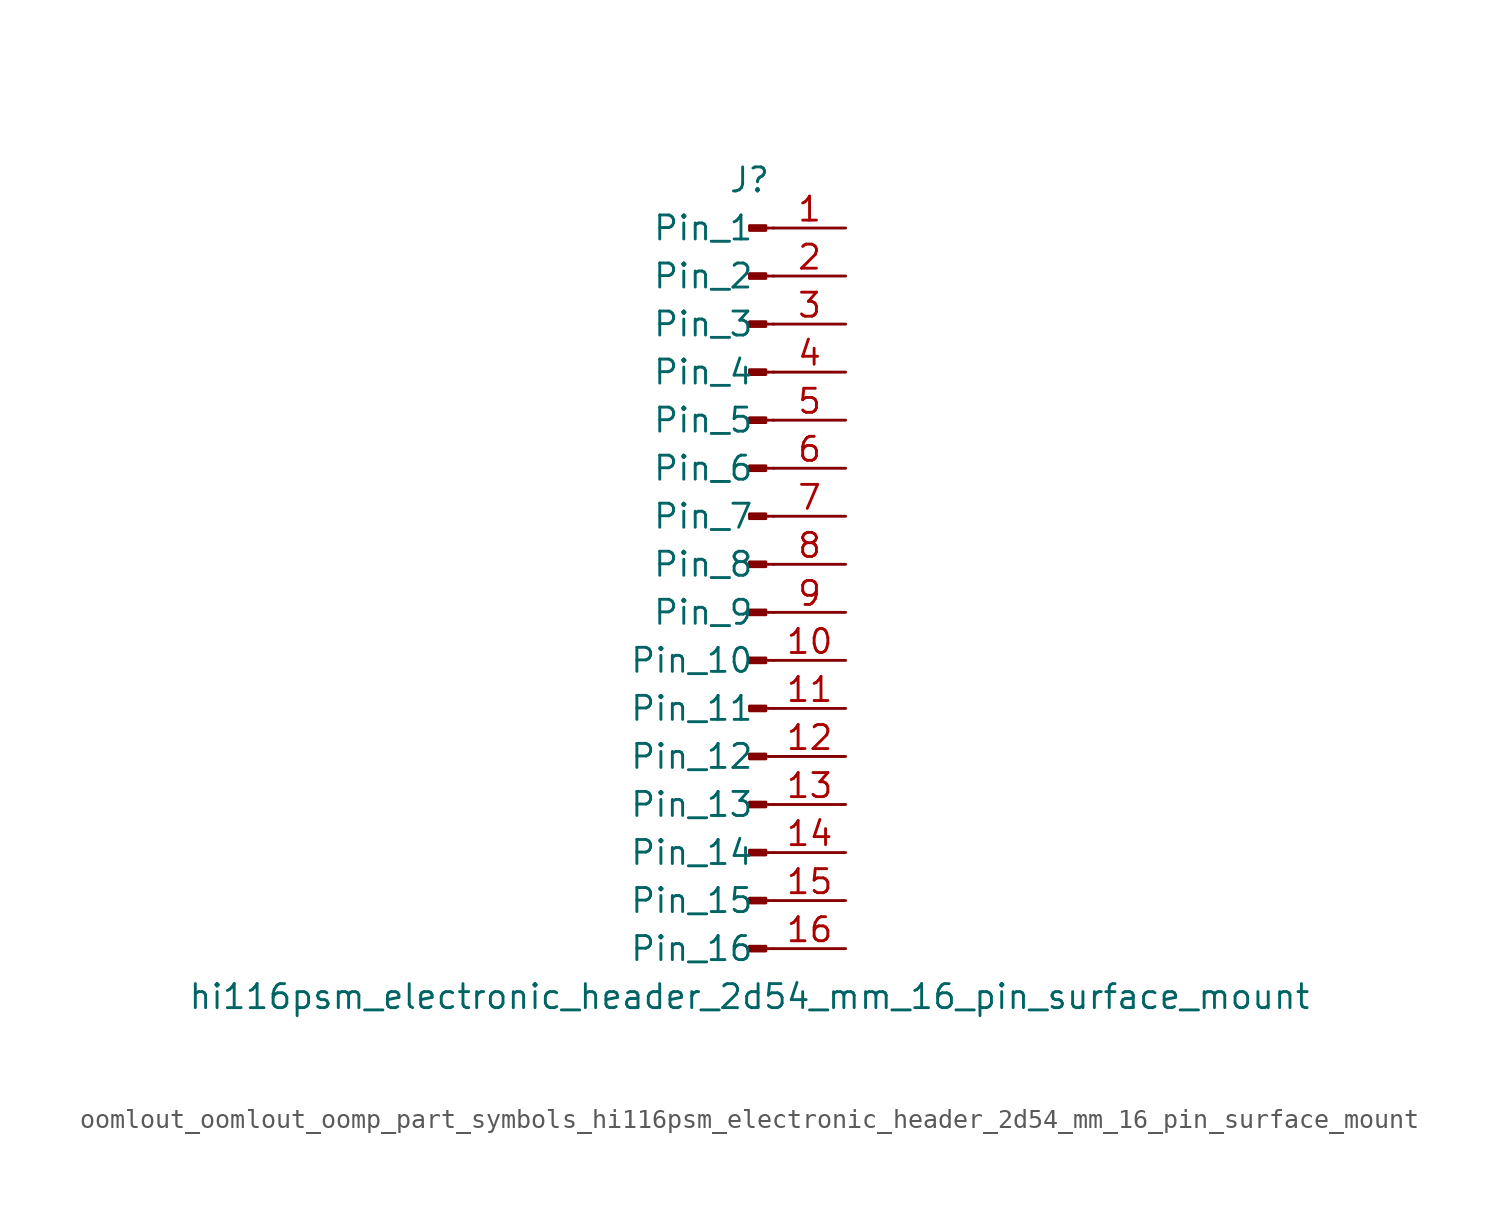
<source format=kicad_sym>
(kicad_symbol_lib
  (version 20220914)
  (generator kicad_symbol_editor)
  (symbol "oomlout_oomlout_oomp_part_symbols_hi116psm_electronic_header_2d54_mm_16_pin_surface_mount"
    (pin_names
      (offset 1.016))
    (property "Reference" "J"
      (at 0 20.32 0)
      (effects (font (size 1.27 1.27))))
    (property "Value" "hi116psm_electronic_header_2d54_mm_16_pin_surface_mount"
      (at 0 -22.86 0)
      (effects (font (size 1.27 1.27))))
    (property "ki_locked" ""
      (at 0 0 0)
      (effects (font (size 1.27 1.27))))
    (symbol "oomlout_oomlout_oomp_part_symbols_hi116psm_electronic_header_2d54_mm_16_pin_surface_mount_1_1"
      (polyline (pts (xy 1.27 -20.32) (xy 0.864 -20.32)) (stroke (width 0.152) (type default)) (fill (type none)))
      (polyline (pts (xy 1.27 -17.78) (xy 0.864 -17.78)) (stroke (width 0.152) (type default)) (fill (type none)))
      (polyline (pts (xy 1.27 -15.24) (xy 0.864 -15.24)) (stroke (width 0.152) (type default)) (fill (type none)))
      (polyline (pts (xy 1.27 -12.7) (xy 0.864 -12.7)) (stroke (width 0.152) (type default)) (fill (type none)))
      (polyline (pts (xy 1.27 -10.16) (xy 0.864 -10.16)) (stroke (width 0.152) (type default)) (fill (type none)))
      (polyline (pts (xy 1.27 -7.62) (xy 0.864 -7.62)) (stroke (width 0.152) (type default)) (fill (type none)))
      (polyline (pts (xy 1.27 -5.08) (xy 0.864 -5.08)) (stroke (width 0.152) (type default)) (fill (type none)))
      (polyline (pts (xy 1.27 -2.54) (xy 0.864 -2.54)) (stroke (width 0.152) (type default)) (fill (type none)))
      (polyline (pts (xy 1.27 0) (xy 0.864 0)) (stroke (width 0.152) (type default)) (fill (type none)))
      (polyline (pts (xy 1.27 2.54) (xy 0.864 2.54)) (stroke (width 0.152) (type default)) (fill (type none)))
      (polyline (pts (xy 1.27 5.08) (xy 0.864 5.08)) (stroke (width 0.152) (type default)) (fill (type none)))
      (polyline (pts (xy 1.27 7.62) (xy 0.864 7.62)) (stroke (width 0.152) (type default)) (fill (type none)))
      (polyline (pts (xy 1.27 10.16) (xy 0.864 10.16)) (stroke (width 0.152) (type default)) (fill (type none)))
      (polyline (pts (xy 1.27 12.7) (xy 0.864 12.7)) (stroke (width 0.152) (type default)) (fill (type none)))
      (polyline (pts (xy 1.27 15.24) (xy 0.864 15.24)) (stroke (width 0.152) (type default)) (fill (type none)))
      (polyline (pts (xy 1.27 17.78) (xy 0.864 17.78)) (stroke (width 0.152) (type default)) (fill (type none)))
      (rectangle (start 0.864 -20.193) (end 0 -20.447) (stroke (width 0.152) (type default)) (fill (type outline)))
      (rectangle (start 0.864 -17.653) (end 0 -17.907) (stroke (width 0.152) (type default)) (fill (type outline)))
      (rectangle (start 0.864 -15.113) (end 0 -15.367) (stroke (width 0.152) (type default)) (fill (type outline)))
      (rectangle (start 0.864 -12.573) (end 0 -12.827) (stroke (width 0.152) (type default)) (fill (type outline)))
      (rectangle (start 0.864 -10.033) (end 0 -10.287) (stroke (width 0.152) (type default)) (fill (type outline)))
      (rectangle (start 0.864 -7.493) (end 0 -7.747) (stroke (width 0.152) (type default)) (fill (type outline)))
      (rectangle (start 0.864 -4.953) (end 0 -5.207) (stroke (width 0.152) (type default)) (fill (type outline)))
      (rectangle (start 0.864 -2.413) (end 0 -2.667) (stroke (width 0.152) (type default)) (fill (type outline)))
      (rectangle (start 0.864 0.127) (end 0 -0.127) (stroke (width 0.152) (type default)) (fill (type outline)))
      (rectangle (start 0.864 2.667) (end 0 2.413) (stroke (width 0.152) (type default)) (fill (type outline)))
      (rectangle (start 0.864 5.207) (end 0 4.953) (stroke (width 0.152) (type default)) (fill (type outline)))
      (rectangle (start 0.864 7.747) (end 0 7.493) (stroke (width 0.152) (type default)) (fill (type outline)))
      (rectangle (start 0.864 10.287) (end 0 10.033) (stroke (width 0.152) (type default)) (fill (type outline)))
      (rectangle (start 0.864 12.827) (end 0 12.573) (stroke (width 0.152) (type default)) (fill (type outline)))
      (rectangle (start 0.864 15.367) (end 0 15.113) (stroke (width 0.152) (type default)) (fill (type outline)))
      (rectangle (start 0.864 17.907) (end 0 17.653) (stroke (width 0.152) (type default)) (fill (type outline)))
      (pin passive line (at 5.08 17.78 180) (length 3.81) (name "Pin_1" (effects (font (size 1.27 1.27)))) (number "1" (effects (font (size 1.27 1.27)))))
      (pin passive line (at 5.08 -5.08 180) (length 3.81) (name "Pin_10" (effects (font (size 1.27 1.27)))) (number "10" (effects (font (size 1.27 1.27)))))
      (pin passive line (at 5.08 -7.62 180) (length 3.81) (name "Pin_11" (effects (font (size 1.27 1.27)))) (number "11" (effects (font (size 1.27 1.27)))))
      (pin passive line (at 5.08 -10.16 180) (length 3.81) (name "Pin_12" (effects (font (size 1.27 1.27)))) (number "12" (effects (font (size 1.27 1.27)))))
      (pin passive line (at 5.08 -12.7 180) (length 3.81) (name "Pin_13" (effects (font (size 1.27 1.27)))) (number "13" (effects (font (size 1.27 1.27)))))
      (pin passive line (at 5.08 -15.24 180) (length 3.81) (name "Pin_14" (effects (font (size 1.27 1.27)))) (number "14" (effects (font (size 1.27 1.27)))))
      (pin passive line (at 5.08 -17.78 180) (length 3.81) (name "Pin_15" (effects (font (size 1.27 1.27)))) (number "15" (effects (font (size 1.27 1.27)))))
      (pin passive line (at 5.08 -20.32 180) (length 3.81) (name "Pin_16" (effects (font (size 1.27 1.27)))) (number "16" (effects (font (size 1.27 1.27)))))
      (pin passive line (at 5.08 15.24 180) (length 3.81) (name "Pin_2" (effects (font (size 1.27 1.27)))) (number "2" (effects (font (size 1.27 1.27)))))
      (pin passive line (at 5.08 12.7 180) (length 3.81) (name "Pin_3" (effects (font (size 1.27 1.27)))) (number "3" (effects (font (size 1.27 1.27)))))
      (pin passive line (at 5.08 10.16 180) (length 3.81) (name "Pin_4" (effects (font (size 1.27 1.27)))) (number "4" (effects (font (size 1.27 1.27)))))
      (pin passive line (at 5.08 7.62 180) (length 3.81) (name "Pin_5" (effects (font (size 1.27 1.27)))) (number "5" (effects (font (size 1.27 1.27)))))
      (pin passive line (at 5.08 5.08 180) (length 3.81) (name "Pin_6" (effects (font (size 1.27 1.27)))) (number "6" (effects (font (size 1.27 1.27)))))
      (pin passive line (at 5.08 2.54 180) (length 3.81) (name "Pin_7" (effects (font (size 1.27 1.27)))) (number "7" (effects (font (size 1.27 1.27)))))
      (pin passive line (at 5.08 0 180) (length 3.81) (name "Pin_8" (effects (font (size 1.27 1.27)))) (number "8" (effects (font (size 1.27 1.27)))))
      (pin passive line (at 5.08 -2.54 180) (length 3.81) (name "Pin_9" (effects (font (size 1.27 1.27)))) (number "9" (effects (font (size 1.27 1.27))))))))
</source>
